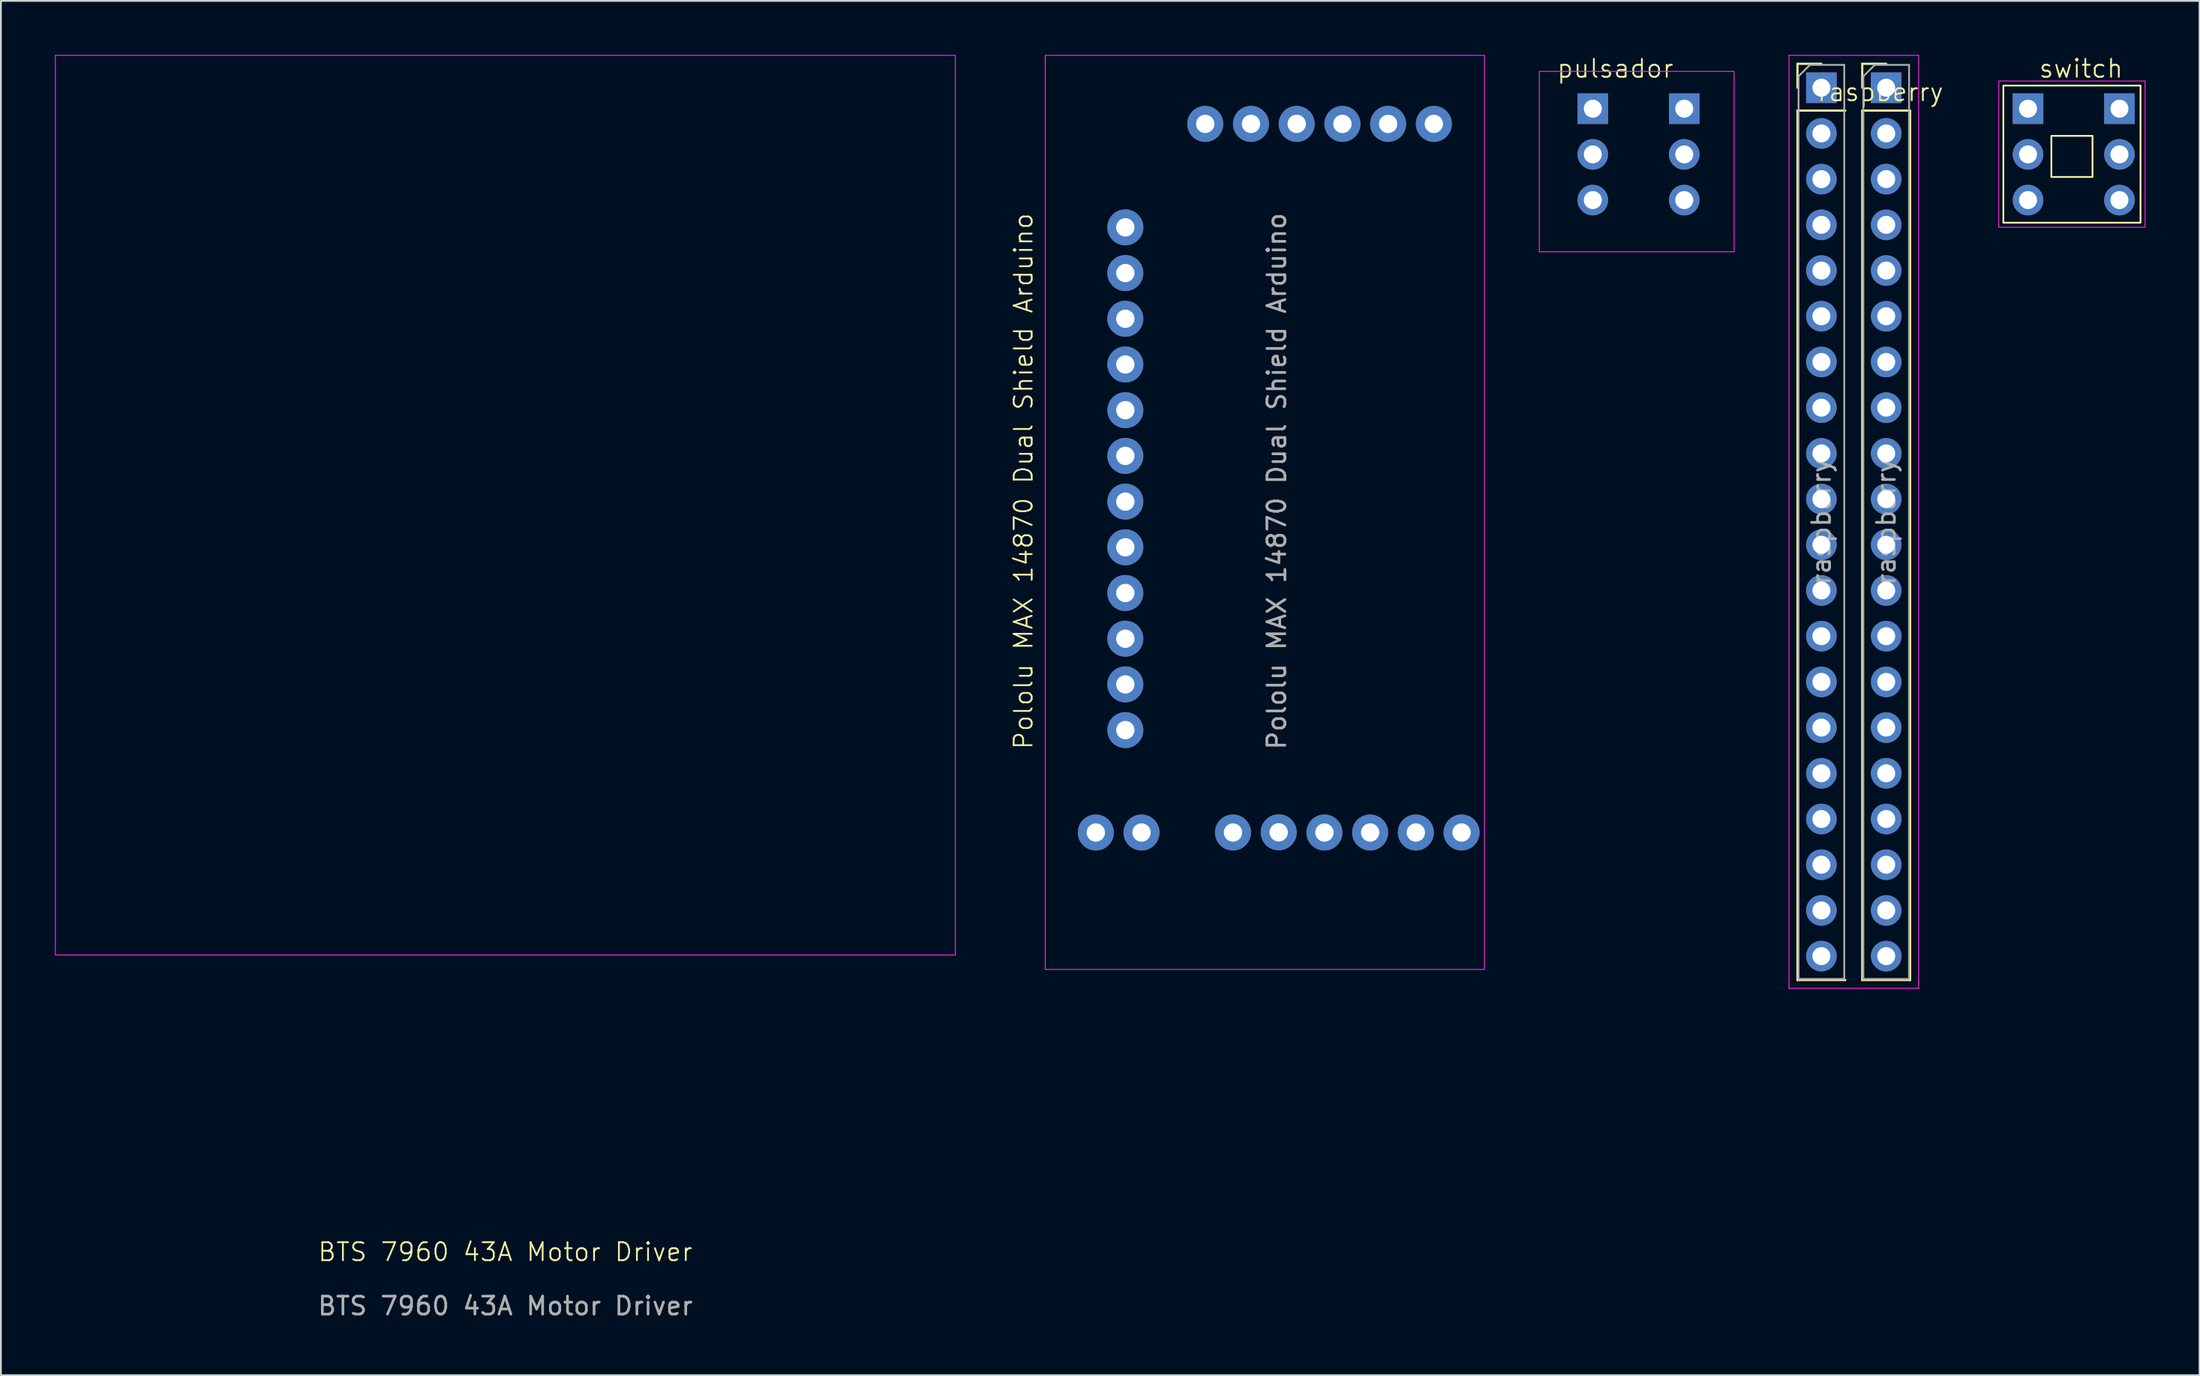
<source format=kicad_pcb>
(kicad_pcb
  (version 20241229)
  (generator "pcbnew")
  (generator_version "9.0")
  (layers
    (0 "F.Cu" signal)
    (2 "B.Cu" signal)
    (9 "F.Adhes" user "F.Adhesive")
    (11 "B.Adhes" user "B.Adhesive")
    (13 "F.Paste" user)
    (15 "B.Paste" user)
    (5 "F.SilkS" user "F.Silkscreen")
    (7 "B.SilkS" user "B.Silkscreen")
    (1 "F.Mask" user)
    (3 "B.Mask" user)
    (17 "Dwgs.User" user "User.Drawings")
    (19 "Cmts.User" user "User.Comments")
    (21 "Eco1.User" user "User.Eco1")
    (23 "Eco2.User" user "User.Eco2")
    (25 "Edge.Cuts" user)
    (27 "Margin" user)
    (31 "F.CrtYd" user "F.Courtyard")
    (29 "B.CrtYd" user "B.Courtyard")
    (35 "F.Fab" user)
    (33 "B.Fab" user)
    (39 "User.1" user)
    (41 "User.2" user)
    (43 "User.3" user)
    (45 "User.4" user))
  (footprint "switch"
    (layer "F.Cu")
    (at 110.79 1.96)
    (property "Reference" "switch" (at 1.778 -1.2 0) (unlocked yes) (layer "F.SilkS") (effects (font (size 1 1) (thickness 0.1))))
    (attr smd)
    (fp_rect (start -2.54 -0.254) (end 5.08 7.366) (stroke (width 0.1) (type default)) (fill no) (layer "F.SilkS"))
    (fp_rect (start 0.127 2.54) (end 2.413 4.826) (stroke (width 0.1) (type default)) (fill no) (layer "F.SilkS"))
    (fp_rect (start -2.794 -0.508) (end 5.334 7.62) (stroke (width 0.05) (type default)) (fill no) (layer "F.CrtYd"))
    (pad "1" thru_hole rect (at -1.17 1.03) (size 1.7 1.7) (drill 1) (layers "*.Cu" "*.Mask"))
    (pad "2" thru_hole oval (at -1.17 3.57) (size 1.7 1.7) (drill 1) (layers "*.Cu" "*.Mask"))
    (pad "3" thru_hole oval (at -1.17 6.11) (size 1.7 1.7) (drill 1) (layers "*.Cu" "*.Mask"))
    (pad "4" thru_hole rect (at 3.91 1.03) (size 1.7 1.7) (drill 1) (layers "*.Cu" "*.Mask"))
    (pad "5" thru_hole oval (at 3.91 3.57) (size 1.7 1.7) (drill 1) (layers "*.Cu" "*.Mask"))
    (pad "6" thru_hole oval (at 3.91 6.11) (size 1.7 1.7) (drill 1) (layers "*.Cu" "*.Mask")))
  (footprint "raspberry"
    (layer "F.Cu")
    (at 101.421 2.565)
    (property "Reference" "raspberry" (at 0 -0.5 0) (unlocked yes) (layer "F.SilkS") (effects (font (size 1 1) (thickness 0.1))))
    (attr smd)
    (fp_line (start -4.61 -2.07) (end -3.28 -2.07) (stroke (width 0.12) (type solid)) (layer "F.SilkS"))
    (fp_line (start -4.61 -0.74) (end -4.61 -2.07) (stroke (width 0.12) (type solid)) (layer "F.SilkS"))
    (fp_line (start -4.61 0.53) (end -4.61 48.85) (stroke (width 0.12) (type solid)) (layer "F.SilkS"))
    (fp_line (start -4.61 0.53) (end -1.95 0.53) (stroke (width 0.12) (type solid)) (layer "F.SilkS"))
    (fp_line (start -4.61 48.85) (end -1.95 48.85) (stroke (width 0.12) (type solid)) (layer "F.SilkS"))
    (fp_line (start -1.01 -2.07) (end 0.32 -2.07) (stroke (width 0.12) (type solid)) (layer "F.SilkS"))
    (fp_line (start -1.01 -0.74) (end -1.01 -2.07) (stroke (width 0.12) (type solid)) (layer "F.SilkS"))
    (fp_line (start -1.01 0.53) (end -1.01 48.85) (stroke (width 0.12) (type solid)) (layer "F.SilkS"))
    (fp_line (start -1.01 0.53) (end 1.65 0.53) (stroke (width 0.12) (type solid)) (layer "F.SilkS"))
    (fp_line (start -1.01 48.85) (end 1.65 48.85) (stroke (width 0.12) (type solid)) (layer "F.SilkS"))
    (fp_line (start 1.65 0.53) (end 1.65 48.85) (stroke (width 0.12) (type solid)) (layer "F.SilkS"))
    (fp_line (start -5.08 -2.54) (end -5.08 49.31) (stroke (width 0.05) (type solid)) (layer "F.CrtYd"))
    (fp_line (start -5.08 -2.54) (end 2.12 -2.54) (stroke (width 0.05) (type default)) (layer "F.CrtYd"))
    (fp_line (start -5.08 49.31) (end 2.12 49.31) (stroke (width 0.05) (type default)) (layer "F.CrtYd"))
    (fp_line (start 2.12 49.31) (end 2.12 -2.54) (stroke (width 0.05) (type solid)) (layer "F.CrtYd"))
    (fp_line (start -4.55 -1.375) (end -3.915 -2.01) (stroke (width 0.1) (type solid)) (layer "F.Fab"))
    (fp_line (start -4.55 48.79) (end -4.55 -1.375) (stroke (width 0.1) (type solid)) (layer "F.Fab"))
    (fp_line (start -3.915 -2.01) (end -2.01 -2.01) (stroke (width 0.1) (type solid)) (layer "F.Fab"))
    (fp_line (start -2.01 -2.01) (end -2.01 48.79) (stroke (width 0.1) (type solid)) (layer "F.Fab"))
    (fp_line (start -2.01 48.79) (end -4.55 48.79) (stroke (width 0.1) (type solid)) (layer "F.Fab"))
    (fp_line (start -0.95 -1.375) (end -0.315 -2.01) (stroke (width 0.1) (type solid)) (layer "F.Fab"))
    (fp_line (start -0.95 48.79) (end -0.95 -1.375) (stroke (width 0.1) (type solid)) (layer "F.Fab"))
    (fp_line (start -0.315 -2.01) (end 1.59 -2.01) (stroke (width 0.1) (type solid)) (layer "F.Fab"))
    (fp_line (start 1.59 -2.01) (end 1.59 48.79) (stroke (width 0.1) (type solid)) (layer "F.Fab"))
    (fp_line (start 1.59 48.79) (end -0.95 48.79) (stroke (width 0.1) (type solid)) (layer "F.Fab"))
    (fp_text user "${REFERENCE}" (at 0.32 23.39 90) (layer "F.Fab") (effects (font (size 1 1) (thickness 0.15))))
    (fp_text user "${REFERENCE}" (at -3.28 23.39 90) (layer "F.Fab") (effects (font (size 1 1) (thickness 0.15))))
    (pad "1" thru_hole rect (at -3.28 -0.74) (size 1.7 1.7) (drill 1) (layers "*.Cu" "*.Mask"))
    (pad "2" thru_hole rect (at 0.32 -0.74) (size 1.7 1.7) (drill 1) (layers "*.Cu" "*.Mask"))
    (pad "3" thru_hole oval (at -3.28 1.8) (size 1.7 1.7) (drill 1) (layers "*.Cu" "*.Mask"))
    (pad "4" thru_hole oval (at 0.32 1.8) (size 1.7 1.7) (drill 1) (layers "*.Cu" "*.Mask"))
    (pad "5" thru_hole oval (at -3.28 4.34) (size 1.7 1.7) (drill 1) (layers "*.Cu" "*.Mask"))
    (pad "6" thru_hole oval (at 0.32 4.34) (size 1.7 1.7) (drill 1) (layers "*.Cu" "*.Mask"))
    (pad "7" thru_hole oval (at -3.28 6.88) (size 1.7 1.7) (drill 1) (layers "*.Cu" "*.Mask"))
    (pad "8" thru_hole oval (at 0.32 6.88) (size 1.7 1.7) (drill 1) (layers "*.Cu" "*.Mask"))
    (pad "9" thru_hole oval (at -3.28 9.42) (size 1.7 1.7) (drill 1) (layers "*.Cu" "*.Mask" "Eco2.User"))
    (pad "10" thru_hole oval (at 0.32 9.42) (size 1.7 1.7) (drill 1) (layers "*.Cu" "*.Mask"))
    (pad "11" thru_hole oval (at -3.28 11.96) (size 1.7 1.7) (drill 1) (layers "*.Cu" "*.Mask"))
    (pad "12" thru_hole oval (at 0.32 11.96) (size 1.7 1.7) (drill 1) (layers "*.Cu" "*.Mask"))
    (pad "13" thru_hole oval (at -3.28 14.5) (size 1.7 1.7) (drill 1) (layers "*.Cu" "*.Mask"))
    (pad "14" thru_hole oval (at 0.32 14.5) (size 1.7 1.7) (drill 1) (layers "*.Cu" "*.Mask"))
    (pad "15" thru_hole oval (at -3.28 17.04) (size 1.7 1.7) (drill 1) (layers "*.Cu" "*.Mask"))
    (pad "16" thru_hole oval (at 0.32 17.04) (size 1.7 1.7) (drill 1) (layers "*.Cu" "*.Mask"))
    (pad "17" thru_hole oval (at -3.28 19.58) (size 1.7 1.7) (drill 1) (layers "*.Cu" "*.Mask"))
    (pad "18" thru_hole oval (at 0.32 19.58) (size 1.7 1.7) (drill 1) (layers "*.Cu" "*.Mask"))
    (pad "19" thru_hole oval (at -3.28 22.12) (size 1.7 1.7) (drill 1) (layers "*.Cu" "*.Mask" "B.Adhes"))
    (pad "20" thru_hole oval (at 0.32 22.12) (size 1.7 1.7) (drill 1) (layers "*.Cu" "*.Mask"))
    (pad "21" thru_hole oval (at -3.28 24.66) (size 1.7 1.7) (drill 1) (layers "*.Cu" "*.Mask"))
    (pad "22" thru_hole oval (at 0.32 24.66) (size 1.7 1.7) (drill 1) (layers "*.Cu" "*.Mask"))
    (pad "23" thru_hole oval (at -3.28 27.2) (size 1.7 1.7) (drill 1) (layers "*.Cu" "*.Mask"))
    (pad "24" thru_hole oval (at 0.32 27.2) (size 1.7 1.7) (drill 1) (layers "*.Cu" "*.Mask"))
    (pad "25" thru_hole oval (at -3.28 29.74) (size 1.7 1.7) (drill 1) (layers "*.Cu" "*.Mask"))
    (pad "26" thru_hole oval (at 0.32 29.74) (size 1.7 1.7) (drill 1) (layers "*.Cu" "*.Mask"))
    (pad "27" thru_hole oval (at -3.28 32.28) (size 1.7 1.7) (drill 1) (layers "*.Cu" "*.Mask"))
    (pad "28" thru_hole oval (at 0.32 32.28) (size 1.7 1.7) (drill 1) (layers "*.Cu" "*.Mask"))
    (pad "29" thru_hole oval (at -3.28 34.82) (size 1.7 1.7) (drill 1) (layers "*.Cu" "*.Mask"))
    (pad "30" thru_hole oval (at 0.32 34.82) (size 1.7 1.7) (drill 1) (layers "*.Cu" "*.Mask"))
    (pad "31" thru_hole oval (at -3.28 37.36) (size 1.7 1.7) (drill 1) (layers "*.Cu" "*.Mask"))
    (pad "32" thru_hole oval (at 0.32 37.36) (size 1.7 1.7) (drill 1) (layers "*.Cu" "*.Mask"))
    (pad "33" thru_hole oval (at -3.28 39.9) (size 1.7 1.7) (drill 1) (layers "*.Cu" "*.Mask"))
    (pad "34" thru_hole oval (at 0.32 39.9) (size 1.7 1.7) (drill 1) (layers "*.Cu" "*.Mask"))
    (pad "35" thru_hole oval (at -3.28 42.44) (size 1.7 1.7) (drill 1) (layers "*.Cu" "*.Mask"))
    (pad "36" thru_hole oval (at 0.32 42.44) (size 1.7 1.7) (drill 1) (layers "*.Cu" "*.Mask"))
    (pad "37" thru_hole oval (at -3.28 44.98) (size 1.7 1.7) (drill 1) (layers "*.Cu" "*.Mask"))
    (pad "38" thru_hole oval (at 0.32 44.98) (size 1.7 1.7) (drill 1) (layers "*.Cu" "*.Mask"))
    (pad "39" thru_hole oval (at -3.28 47.52) (size 1.7 1.7) (drill 1) (layers "*.Cu" "*.Mask"))
    (pad "40" thru_hole oval (at 0.32 47.52) (size 1.7 1.7) (drill 1) (layers "*.Cu" "*.Mask")))
  (footprint "BTS 7960 43A Motor Driver"
    (layer "F.Cu")
    (at 25.025 25.025)
    (property "Reference" "BTS 7960 43A Motor Driver" (at 0 41.5 0) (unlocked yes) (layer "F.SilkS") (effects (font (size 1 1) (thickness 0.1))))
    (attr through_hole)
    (fp_rect (start -25 -25) (end 25 25) (stroke (width 0.05) (type default)) (fill no) (layer "F.CrtYd"))
    (fp_text user "${REFERENCE}" (at 0 44.5 0) (unlocked yes) (layer "F.Fab") (effects (font (size 1 1) (thickness 0.15)))))
  (footprint "pulsador"
    (layer "F.Cu")
    (at 86.611 1.96)
    (property "Reference" "pulsador" (at 0.08 -1.2 0) (unlocked yes) (layer "F.SilkS") (effects (font (size 1 1) (thickness 0.1))))
    (attr smd)
    (fp_rect (start -4.14 -1.04) (end 6.68 8.98) (stroke (width 0.05) (type default)) (fill no) (layer "F.CrtYd"))
    (pad "1" thru_hole rect (at -1.17 1.03) (size 1.7 1.7) (drill 1) (layers "*.Cu" "*.Mask"))
    (pad "2" thru_hole oval (at -1.17 3.57) (size 1.7 1.7) (drill 1) (layers "*.Cu" "*.Mask"))
    (pad "3" thru_hole oval (at -1.17 6.11) (size 1.7 1.7) (drill 1) (layers "*.Cu" "*.Mask"))
    (pad "4" thru_hole rect (at 3.91 1.03) (size 1.7 1.7) (drill 1) (layers "*.Cu" "*.Mask"))
    (pad "5" thru_hole oval (at 3.91 3.57) (size 1.7 1.7) (drill 1) (layers "*.Cu" "*.Mask"))
    (pad "6" thru_hole oval (at 3.91 6.11) (size 1.7 1.7) (drill 1) (layers "*.Cu" "*.Mask")))
  (footprint "Pololu MAX 14870 Dual Shield Arduino"
    (layer "F.Cu")
    (at 55.02 50.825)
    (property "Reference" "Pololu MAX 14870 Dual Shield Arduino" (at -1.21 -27.13 90) (unlocked yes) (layer "F.SilkS") (effects (font (size 1 1) (thickness 0.1))))
    (attr smd)
    (fp_rect (start 0 0) (end 24.4 -50.8) (stroke (width 0.05) (type default)) (fill no) (layer "F.CrtYd"))
    (fp_text user "${REFERENCE}" (at 12.86 -27.13 90) (unlocked yes) (layer "F.Fab") (effects (font (size 1 1) (thickness 0.15))))
    (pad "1" thru_hole circle (at 8.89 -46.99) (size 2 2) (drill 1.02) (layers "*.Cu" "*.Mask"))
    (pad "2" thru_hole circle (at 11.43 -46.99) (size 2 2) (drill 1.02) (layers "*.Cu" "*.Mask"))
    (pad "3" thru_hole circle (at 13.97 -46.99) (size 2 2) (drill 1.02) (layers "*.Cu" "*.Mask"))
    (pad "4" thru_hole circle (at 16.51 -46.99) (size 2 2) (drill 1.02) (layers "*.Cu" "*.Mask"))
    (pad "5" thru_hole circle (at 19.05 -46.99) (size 2 2) (drill 1.02) (layers "*.Cu" "*.Mask"))
    (pad "6" thru_hole circle (at 21.59 -46.99) (size 2 2) (drill 1.02) (layers "*.Cu" "*.Mask"))
    (pad "7" thru_hole circle (at 4.45 -41.24) (size 2 2) (drill 1.02) (layers "*.Cu" "*.Mask"))
    (pad "8" thru_hole circle (at 4.45 -38.7) (size 2 2) (drill 1.02) (layers "*.Cu" "*.Mask"))
    (pad "9" thru_hole circle (at 4.45 -36.16) (size 2 2) (drill 1.02) (layers "*.Cu" "*.Mask"))
    (pad "10" thru_hole circle (at 4.45 -33.62) (size 2 2) (drill 1.02) (layers "*.Cu" "*.Mask"))
    (pad "11" thru_hole circle (at 4.45 -31.08) (size 2 2) (drill 1.02) (layers "*.Cu" "*.Mask"))
    (pad "12" thru_hole circle (at 4.45 -28.54) (size 2 2) (drill 1.02) (layers "*.Cu" "*.Mask"))
    (pad "13" thru_hole circle (at 4.45 -26) (size 2 2) (drill 1.02) (layers "*.Cu" "*.Mask"))
    (pad "14" thru_hole circle (at 4.45 -23.46) (size 2 2) (drill 1.02) (layers "*.Cu" "*.Mask"))
    (pad "15" thru_hole circle (at 4.45 -20.92) (size 2 2) (drill 1.02) (layers "*.Cu" "*.Mask"))
    (pad "16" thru_hole circle (at 4.45 -18.38) (size 2 2) (drill 1.02) (layers "*.Cu" "*.Mask"))
    (pad "17" thru_hole circle (at 4.45 -15.84) (size 2 2) (drill 1.02) (layers "*.Cu" "*.Mask"))
    (pad "18" thru_hole circle (at 4.45 -13.3) (size 2 2) (drill 1.02) (layers "*.Cu" "*.Mask"))
    (pad "19" thru_hole circle (at 23.13 -7.61) (size 2 2) (drill 1.02) (layers "*.Cu" "*.Mask"))
    (pad "20" thru_hole circle (at 20.59 -7.61) (size 2 2) (drill 1.02) (layers "*.Cu" "*.Mask"))
    (pad "21" thru_hole circle (at 18.05 -7.61) (size 2 2) (drill 1.02) (layers "*.Cu" "*.Mask"))
    (pad "22" thru_hole circle (at 15.51 -7.61) (size 2 2) (drill 1.02) (layers "*.Cu" "*.Mask"))
    (pad "23" thru_hole circle (at 12.97 -7.62) (size 2 2) (drill 1.02) (layers "*.Cu" "*.Mask"))
    (pad "24" thru_hole circle (at 10.43 -7.61) (size 2 2) (drill 1.02) (layers "*.Cu" "*.Mask"))
    (pad "25" thru_hole circle (at 5.35 -7.61) (size 2 2) (drill 1.02) (layers "*.Cu" "*.Mask"))
    (pad "26" thru_hole circle (at 2.81 -7.61) (size 2 2) (drill 1.02) (layers "*.Cu" "*.Mask")))
  (gr_rect
    (start -3 -3)
    (end 119.149 73.373)
    (stroke (width 0.1) (type default))
    (fill no)
    (layer "Edge.Cuts")))
</source>
